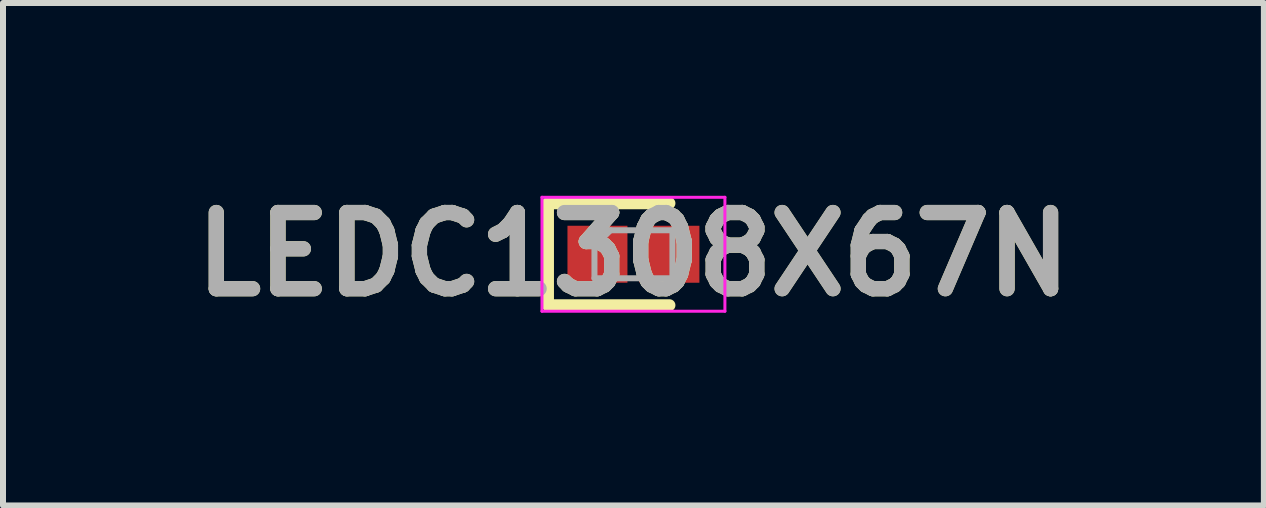
<source format=kicad_pcb>
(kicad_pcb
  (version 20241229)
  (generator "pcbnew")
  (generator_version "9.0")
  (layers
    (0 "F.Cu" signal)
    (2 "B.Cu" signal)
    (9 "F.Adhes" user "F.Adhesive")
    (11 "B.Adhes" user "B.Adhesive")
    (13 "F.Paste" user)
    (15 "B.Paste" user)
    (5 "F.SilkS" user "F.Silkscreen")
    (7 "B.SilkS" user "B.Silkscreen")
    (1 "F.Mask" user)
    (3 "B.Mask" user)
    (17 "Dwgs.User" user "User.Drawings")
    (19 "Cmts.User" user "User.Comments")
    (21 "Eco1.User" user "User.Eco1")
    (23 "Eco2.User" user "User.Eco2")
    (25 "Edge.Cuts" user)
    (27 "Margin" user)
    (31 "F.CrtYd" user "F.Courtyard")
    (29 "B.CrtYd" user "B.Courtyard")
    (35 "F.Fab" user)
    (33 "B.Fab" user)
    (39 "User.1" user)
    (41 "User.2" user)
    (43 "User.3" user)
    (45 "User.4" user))
  (footprint "LEDC1308X67N"
    (layer "F.Cu")
    (at 7.511 1.189)
    (property "Reference" "LEDC1308X67N" (at 0 0 0) (layer "F.SilkS") (effects (font (size 1.27 1.27) (thickness 0.254))))
    (attr smd)
    (fp_line (start -1.425 -0.85) (end -1.425 0.85) (stroke (width 0.2) (type solid)) (layer "F.SilkS"))
    (fp_line (start -1.425 0.85) (end 0.6 0.85) (stroke (width 0.2) (type solid)) (layer "F.SilkS"))
    (fp_line (start 0.6 -0.85) (end -1.425 -0.85) (stroke (width 0.2) (type solid)) (layer "F.SilkS"))
    (fp_line (start -1.525 -0.95) (end 1.525 -0.95) (stroke (width 0.05) (type solid)) (layer "F.CrtYd"))
    (fp_line (start -1.525 0.95) (end -1.525 -0.95) (stroke (width 0.05) (type solid)) (layer "F.CrtYd"))
    (fp_line (start 1.525 -0.95) (end 1.525 0.95) (stroke (width 0.05) (type solid)) (layer "F.CrtYd"))
    (fp_line (start 1.525 0.95) (end -1.525 0.95) (stroke (width 0.05) (type solid)) (layer "F.CrtYd"))
    (fp_line (start -0.65 -0.4) (end 0.65 -0.4) (stroke (width 0.1) (type solid)) (layer "F.Fab"))
    (fp_line (start -0.65 -0.133) (end -0.383 -0.4) (stroke (width 0.1) (type solid)) (layer "F.Fab"))
    (fp_line (start -0.65 0.4) (end -0.65 -0.4) (stroke (width 0.1) (type solid)) (layer "F.Fab"))
    (fp_line (start 0.65 -0.4) (end 0.65 0.4) (stroke (width 0.1) (type solid)) (layer "F.Fab"))
    (fp_line (start 0.65 0.4) (end -0.65 0.4) (stroke (width 0.1) (type solid)) (layer "F.Fab"))
    (fp_text user "${REFERENCE}" (at 0 0 0) (layer "F.Fab") (effects (font (size 1.27 1.27) (thickness 0.254))))
    (pad "1" smd rect (at -0.6 0 90) (size 0.95 1) (layers "F.Cu" "F.Mask" "F.Paste"))
    (pad "2" smd rect (at 0.6 0 90) (size 0.95 1) (layers "F.Cu" "F.Mask" "F.Paste")))
  (gr_rect
    (start -3 -3)
    (end 18.022 5.377)
    (stroke (width 0.1) (type default))
    (fill no)
    (layer "Edge.Cuts")))
</source>
